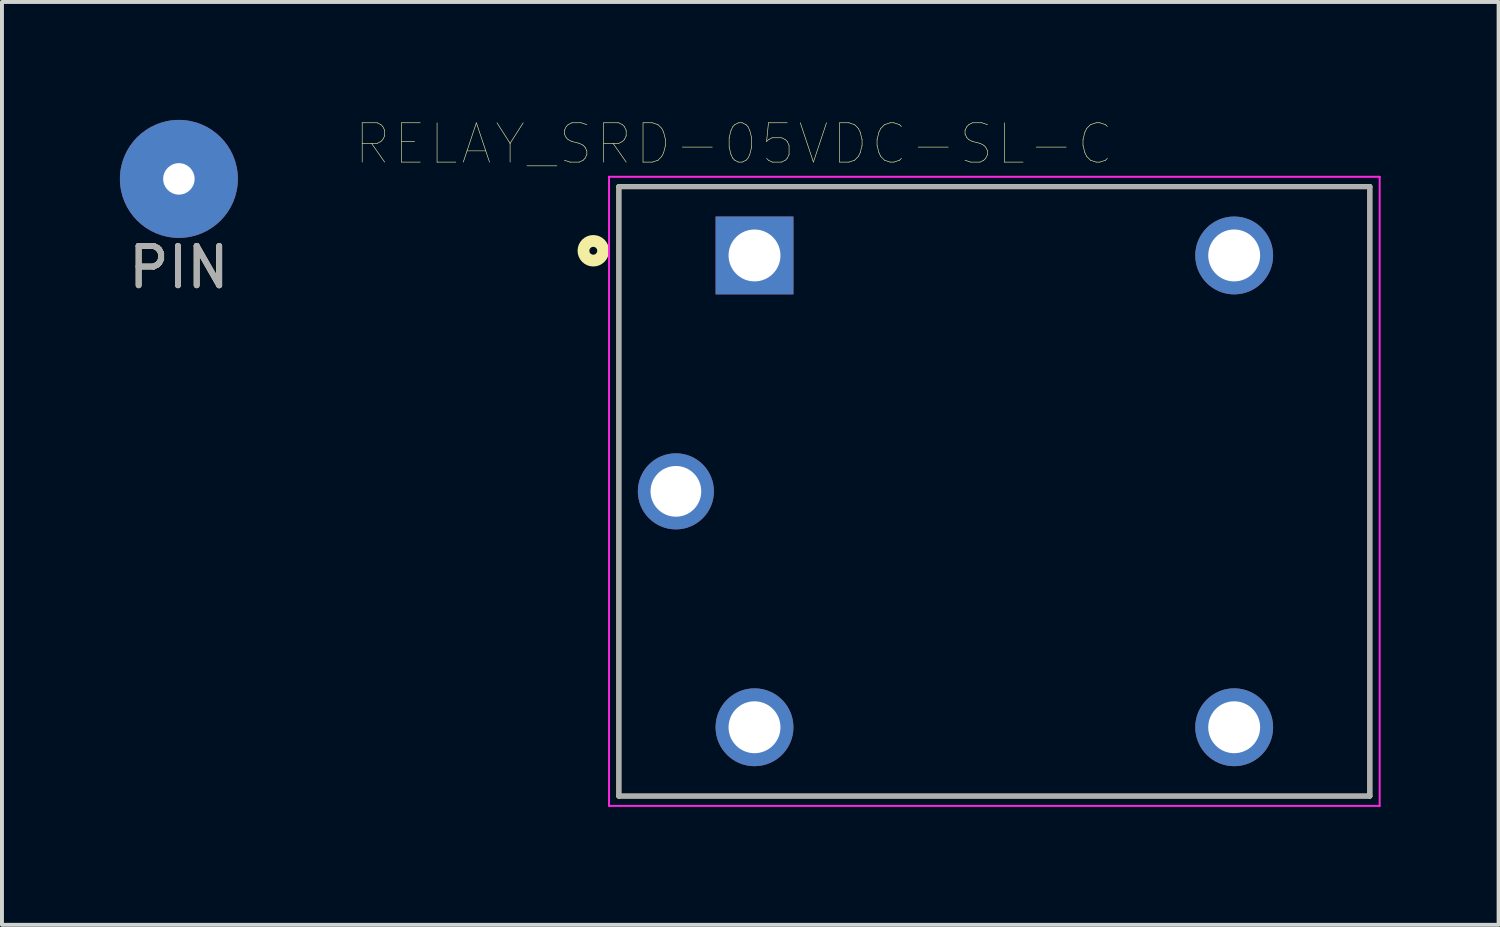
<source format=kicad_pcb>
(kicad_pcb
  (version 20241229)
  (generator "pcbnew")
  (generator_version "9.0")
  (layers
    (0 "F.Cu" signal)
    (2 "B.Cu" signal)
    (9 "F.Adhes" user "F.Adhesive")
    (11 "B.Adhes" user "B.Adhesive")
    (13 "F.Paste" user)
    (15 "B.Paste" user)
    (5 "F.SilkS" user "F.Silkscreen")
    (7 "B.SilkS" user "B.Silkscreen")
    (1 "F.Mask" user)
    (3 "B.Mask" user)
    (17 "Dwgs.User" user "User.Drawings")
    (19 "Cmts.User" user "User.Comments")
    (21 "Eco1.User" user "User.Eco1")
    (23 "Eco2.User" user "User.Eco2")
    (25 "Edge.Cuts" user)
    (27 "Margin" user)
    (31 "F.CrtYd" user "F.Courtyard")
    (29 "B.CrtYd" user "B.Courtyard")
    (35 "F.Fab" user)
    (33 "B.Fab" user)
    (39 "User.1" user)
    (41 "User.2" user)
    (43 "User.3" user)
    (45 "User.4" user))
  (footprint "RELAY_SRD-05VDC-SL-C"
    (layer "F.Cu")
    (at 22.24 9.447)
    (property "Reference" "RELAY_SRD-05VDC-SL-C" (at -6.626 -8.836 0) (layer "F.SilkS") (effects (font (size 1 1) (thickness 0.015))))
    (attr through_hole)
    (fp_line (start -9.55 -7.75) (end 9.55 -7.75) (stroke (width 0.127) (type solid)) (layer "F.SilkS"))
    (fp_line (start -9.55 7.75) (end -9.55 -7.75) (stroke (width 0.127) (type solid)) (layer "F.SilkS"))
    (fp_line (start 9.55 -7.75) (end 9.55 7.75) (stroke (width 0.127) (type solid)) (layer "F.SilkS"))
    (fp_line (start 9.55 7.75) (end -9.55 7.75) (stroke (width 0.127) (type solid)) (layer "F.SilkS"))
    (fp_circle (center -10.2 -6.119) (end -10.1 -6.119) (stroke (width 0.3) (type solid)) (fill no) (layer "F.SilkS"))
    (fp_line (start -9.8 -8) (end 9.8 -8) (stroke (width 0.05) (type solid)) (layer "F.CrtYd"))
    (fp_line (start -9.8 8) (end -9.8 -8) (stroke (width 0.05) (type solid)) (layer "F.CrtYd"))
    (fp_line (start 9.8 -8) (end 9.8 8) (stroke (width 0.05) (type solid)) (layer "F.CrtYd"))
    (fp_line (start 9.8 8) (end -9.8 8) (stroke (width 0.05) (type solid)) (layer "F.CrtYd"))
    (fp_line (start -9.55 -7.75) (end 9.55 -7.75) (stroke (width 0.127) (type solid)) (layer "F.Fab"))
    (fp_line (start -9.55 7.75) (end -9.55 -7.75) (stroke (width 0.127) (type solid)) (layer "F.Fab"))
    (fp_line (start 9.55 -7.75) (end 9.55 7.75) (stroke (width 0.127) (type solid)) (layer "F.Fab"))
    (fp_line (start 9.55 7.75) (end -9.55 7.75) (stroke (width 0.127) (type solid)) (layer "F.Fab"))
    (pad "A1" thru_hole rect (at -6.1 -6) (size 1.98 1.98) (drill 1.32) (layers "*.Cu" "*.Mask"))
    (pad "A2" thru_hole circle (at -6.1 6) (size 1.98 1.98) (drill 1.32) (layers "*.Cu" "*.Mask"))
    (pad "COM" thru_hole circle (at -8.1 0) (size 1.935 1.935) (drill 1.29) (layers "*.Cu" "*.Mask"))
    (pad "NC" thru_hole circle (at 6.1 -6) (size 1.98 1.98) (drill 1.32) (layers "*.Cu" "*.Mask"))
    (pad "NO" thru_hole circle (at 6.1 6) (size 1.98 1.98) (drill 1.32) (layers "*.Cu" "*.Mask")))
  (footprint "PIN"
    (layer "F.Cu")
    (at 1.5 1.5)
    (property "Reference" "PIN" (at 0 2.25 0) (layer "F.SilkS") (effects (font (size 1 1) (thickness 0.15))))
    (attr through_hole)
    (fp_text user "${REFERENCE}" (at 0 2.25 0) (layer "F.Fab") (effects (font (size 1 1) (thickness 0.15))))
    (pad "1" thru_hole circle (at 0 0) (size 3 3) (drill 0.8) (layers "*.Cu" "*.Mask")))
  (gr_rect
    (start -3 -3)
    (end 35.065 20.472)
    (stroke (width 0.1) (type default))
    (fill no)
    (layer "Edge.Cuts")))
</source>
